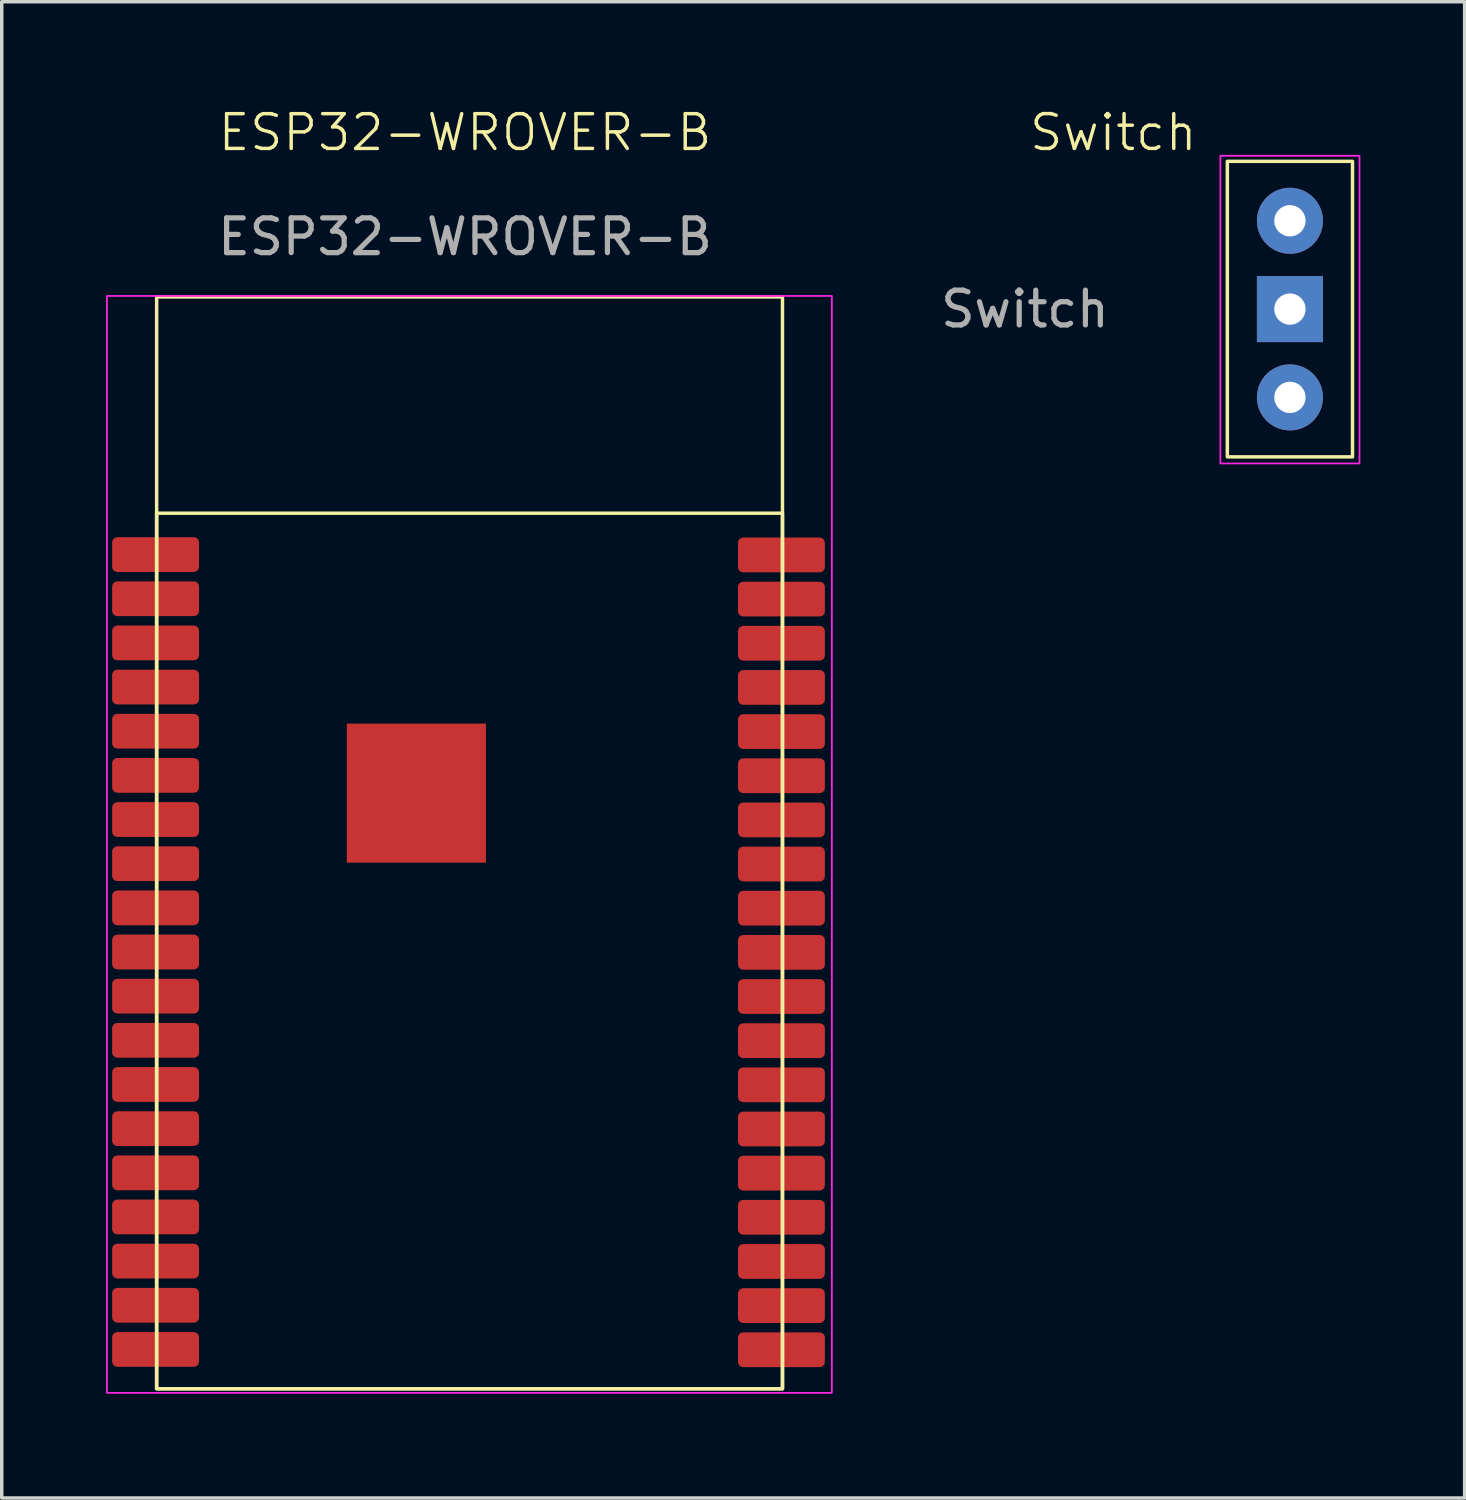
<source format=kicad_pcb>
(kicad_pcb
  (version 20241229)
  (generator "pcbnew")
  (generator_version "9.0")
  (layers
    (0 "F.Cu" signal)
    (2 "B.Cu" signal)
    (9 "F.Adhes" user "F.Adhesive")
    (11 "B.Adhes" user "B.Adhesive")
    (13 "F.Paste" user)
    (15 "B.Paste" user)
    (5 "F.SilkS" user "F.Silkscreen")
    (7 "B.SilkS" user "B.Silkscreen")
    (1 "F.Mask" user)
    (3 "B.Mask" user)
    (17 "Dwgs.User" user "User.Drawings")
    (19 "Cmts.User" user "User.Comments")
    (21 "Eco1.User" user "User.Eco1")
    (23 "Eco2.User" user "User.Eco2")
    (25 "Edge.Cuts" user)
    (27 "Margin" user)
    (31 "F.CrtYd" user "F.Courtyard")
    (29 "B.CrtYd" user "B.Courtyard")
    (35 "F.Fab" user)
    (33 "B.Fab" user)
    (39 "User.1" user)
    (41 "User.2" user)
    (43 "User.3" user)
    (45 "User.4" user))
  (footprint "ESP32-WROVER-B"
    (layer "F.Cu")
    (at 1.425 35.761)
    (property "Reference" "ESP32-WROVER-B" (at 8.9 -35 0) (unlocked yes) (layer "F.SilkS") (effects (font (size 1 1) (thickness 0.1))))
    (attr through_hole)
    (fp_rect (start 0.03 -30.27) (end 18.03 1.13) (stroke (width 0.1) (type solid)) (fill no) (layer "F.SilkS"))
    (fp_rect (start 0.03 -24.05) (end 18.03 1.13) (stroke (width 0.1) (type solid)) (fill no) (layer "F.SilkS"))
    (fp_rect (start -1.4 -30.3) (end 19.45 1.25) (stroke (width 0.05) (type default)) (fill no) (layer "F.CrtYd"))
    (fp_text user "${REFERENCE}" (at 8.9 -32 0) (unlocked yes) (layer "F.Fab") (effects (font (size 1 1) (thickness 0.15))))
    (pad "1" smd roundrect (at 0 -22.86) (size 2.5 1) (layers "F.Cu" "F.Mask" "F.Paste") (roundrect_rratio 0.15))
    (pad "2" smd roundrect (at 0 -21.59) (size 2.5 1) (layers "F.Cu" "F.Mask" "F.Paste") (roundrect_rratio 0.15))
    (pad "3" smd roundrect (at 0 -20.32) (size 2.5 1) (layers "F.Cu" "F.Mask" "F.Paste") (roundrect_rratio 0.15))
    (pad "4" smd roundrect (at 0 -19.05) (size 2.5 1) (layers "F.Cu" "F.Mask" "F.Paste") (roundrect_rratio 0.15))
    (pad "5" smd roundrect (at 0 -17.78) (size 2.5 1) (layers "F.Cu" "F.Mask" "F.Paste") (roundrect_rratio 0.15))
    (pad "6" smd roundrect (at 0 -16.51) (size 2.5 1) (layers "F.Cu" "F.Mask" "F.Paste") (roundrect_rratio 0.15))
    (pad "7" smd roundrect (at 0 -15.24) (size 2.5 1) (layers "F.Cu" "F.Mask" "F.Paste") (roundrect_rratio 0.15))
    (pad "8" smd roundrect (at 0 -13.97) (size 2.5 1) (layers "F.Cu" "F.Mask" "F.Paste") (roundrect_rratio 0.15))
    (pad "9" smd roundrect (at 0 -12.7) (size 2.5 1) (layers "F.Cu" "F.Mask" "F.Paste") (roundrect_rratio 0.15))
    (pad "10" smd roundrect (at 0 -11.43) (size 2.5 1) (layers "F.Cu" "F.Mask" "F.Paste") (roundrect_rratio 0.15))
    (pad "11" smd roundrect (at 0 -10.16) (size 2.5 1) (layers "F.Cu" "F.Mask" "F.Paste") (roundrect_rratio 0.15))
    (pad "12" smd roundrect (at 0 -8.89) (size 2.5 1) (layers "F.Cu" "F.Mask" "F.Paste") (roundrect_rratio 0.15))
    (pad "13" smd roundrect (at 0 -7.62) (size 2.5 1) (layers "F.Cu" "F.Mask" "F.Paste") (roundrect_rratio 0.15))
    (pad "14" smd roundrect (at 0 -6.35) (size 2.5 1) (layers "F.Cu" "F.Mask" "F.Paste") (roundrect_rratio 0.15))
    (pad "15" smd roundrect (at 0 -5.08) (size 2.5 1) (layers "F.Cu" "F.Mask" "F.Paste") (roundrect_rratio 0.15))
    (pad "16" smd roundrect (at 0 -3.81) (size 2.5 1) (layers "F.Cu" "F.Mask" "F.Paste") (roundrect_rratio 0.15))
    (pad "17" smd roundrect (at 0 -2.54) (size 2.5 1) (layers "F.Cu" "F.Mask" "F.Paste") (roundrect_rratio 0.15))
    (pad "18" smd roundrect (at 0 -1.27) (size 2.5 1) (layers "F.Cu" "F.Mask" "F.Paste") (roundrect_rratio 0.15))
    (pad "19" smd roundrect (at 0 0) (size 2.5 1) (layers "F.Cu" "F.Mask" "F.Paste") (roundrect_rratio 0.15))
    (pad "20" smd roundrect (at 18 0.01) (size 2.5 1) (layers "F.Cu" "F.Mask" "F.Paste") (roundrect_rratio 0.15))
    (pad "21" smd roundrect (at 18 -1.26) (size 2.5 1) (layers "F.Cu" "F.Mask" "F.Paste") (roundrect_rratio 0.15))
    (pad "22" smd roundrect (at 18 -2.53) (size 2.5 1) (layers "F.Cu" "F.Mask" "F.Paste") (roundrect_rratio 0.15))
    (pad "23" smd roundrect (at 18 -3.8) (size 2.5 1) (layers "F.Cu" "F.Mask" "F.Paste") (roundrect_rratio 0.15))
    (pad "24" smd roundrect (at 18 -5.07) (size 2.5 1) (layers "F.Cu" "F.Mask" "F.Paste") (roundrect_rratio 0.15))
    (pad "25" smd roundrect (at 18 -6.34) (size 2.5 1) (layers "F.Cu" "F.Mask" "F.Paste") (roundrect_rratio 0.15))
    (pad "26" smd roundrect (at 18 -7.61) (size 2.5 1) (layers "F.Cu" "F.Mask" "F.Paste") (roundrect_rratio 0.15))
    (pad "27" smd roundrect (at 18 -8.88) (size 2.5 1) (layers "F.Cu" "F.Mask" "F.Paste") (roundrect_rratio 0.15))
    (pad "28" smd roundrect (at 18 -10.15) (size 2.5 1) (layers "F.Cu" "F.Mask" "F.Paste") (roundrect_rratio 0.15))
    (pad "29" smd roundrect (at 18 -11.42) (size 2.5 1) (layers "F.Cu" "F.Mask" "F.Paste") (roundrect_rratio 0.15))
    (pad "30" smd roundrect (at 18 -12.69) (size 2.5 1) (layers "F.Cu" "F.Mask" "F.Paste") (roundrect_rratio 0.15))
    (pad "31" smd roundrect (at 18 -13.96) (size 2.5 1) (layers "F.Cu" "F.Mask" "F.Paste") (roundrect_rratio 0.15))
    (pad "32" smd roundrect (at 18 -15.23) (size 2.5 1) (layers "F.Cu" "F.Mask" "F.Paste") (roundrect_rratio 0.15))
    (pad "33" smd roundrect (at 18 -16.5) (size 2.5 1) (layers "F.Cu" "F.Mask" "F.Paste") (roundrect_rratio 0.15))
    (pad "34" smd roundrect (at 18 -17.77) (size 2.5 1) (layers "F.Cu" "F.Mask" "F.Paste") (roundrect_rratio 0.15))
    (pad "35" smd roundrect (at 18 -19.04) (size 2.5 1) (layers "F.Cu" "F.Mask" "F.Paste") (roundrect_rratio 0.15))
    (pad "36" smd roundrect (at 18 -20.31) (size 2.5 1) (layers "F.Cu" "F.Mask" "F.Paste") (roundrect_rratio 0.15))
    (pad "37" smd roundrect (at 18 -21.58) (size 2.5 1) (layers "F.Cu" "F.Mask" "F.Paste") (roundrect_rratio 0.15))
    (pad "38" smd roundrect (at 18 -22.85) (size 2.5 1) (layers "F.Cu" "F.Mask" "F.Paste") (roundrect_rratio 0.15))
    (pad "39" smd rect (at 7.5 -16) (size 4 4) (layers "F.Cu" "F.Mask" "F.Paste")))
  (footprint "Switch"
    (layer "F.Cu")
    (at 34.05 8.38)
    (property "Reference" "Switch" (at -5.08 -7.62 0) (unlocked yes) (layer "F.SilkS") (effects (font (size 1 1) (thickness 0.1))))
    (attr through_hole)
    (fp_rect (start -1.8 -6.79) (end 1.8 1.71) (stroke (width 0.1) (type solid)) (fill no) (layer "F.SilkS"))
    (fp_rect (start -2 -6.95) (end 2 1.9) (stroke (width 0.05) (type default)) (fill no) (layer "F.CrtYd"))
    (fp_text user "${REFERENCE}" (at -7.62 -2.54 0) (unlocked yes) (layer "F.Fab") (effects (font (size 1 1) (thickness 0.15))))
    (pad "1" thru_hole circle (at 0 -5.08) (size 1.9 1.9) (drill 0.9) (layers "*.Cu" "*.Mask"))
    (pad "2" thru_hole circle (at 0 0) (size 1.9 1.9) (drill 0.9) (layers "*.Cu" "*.Mask"))
    (pad "3" thru_hole rect (at 0 -2.54) (size 1.9 1.9) (drill 0.9) (layers "*.Cu" "*.Mask")))
  (gr_rect
    (start -3 -3)
    (end 39.075 40.035)
    (stroke (width 0.1) (type default))
    (fill no)
    (layer "Edge.Cuts")))
</source>
